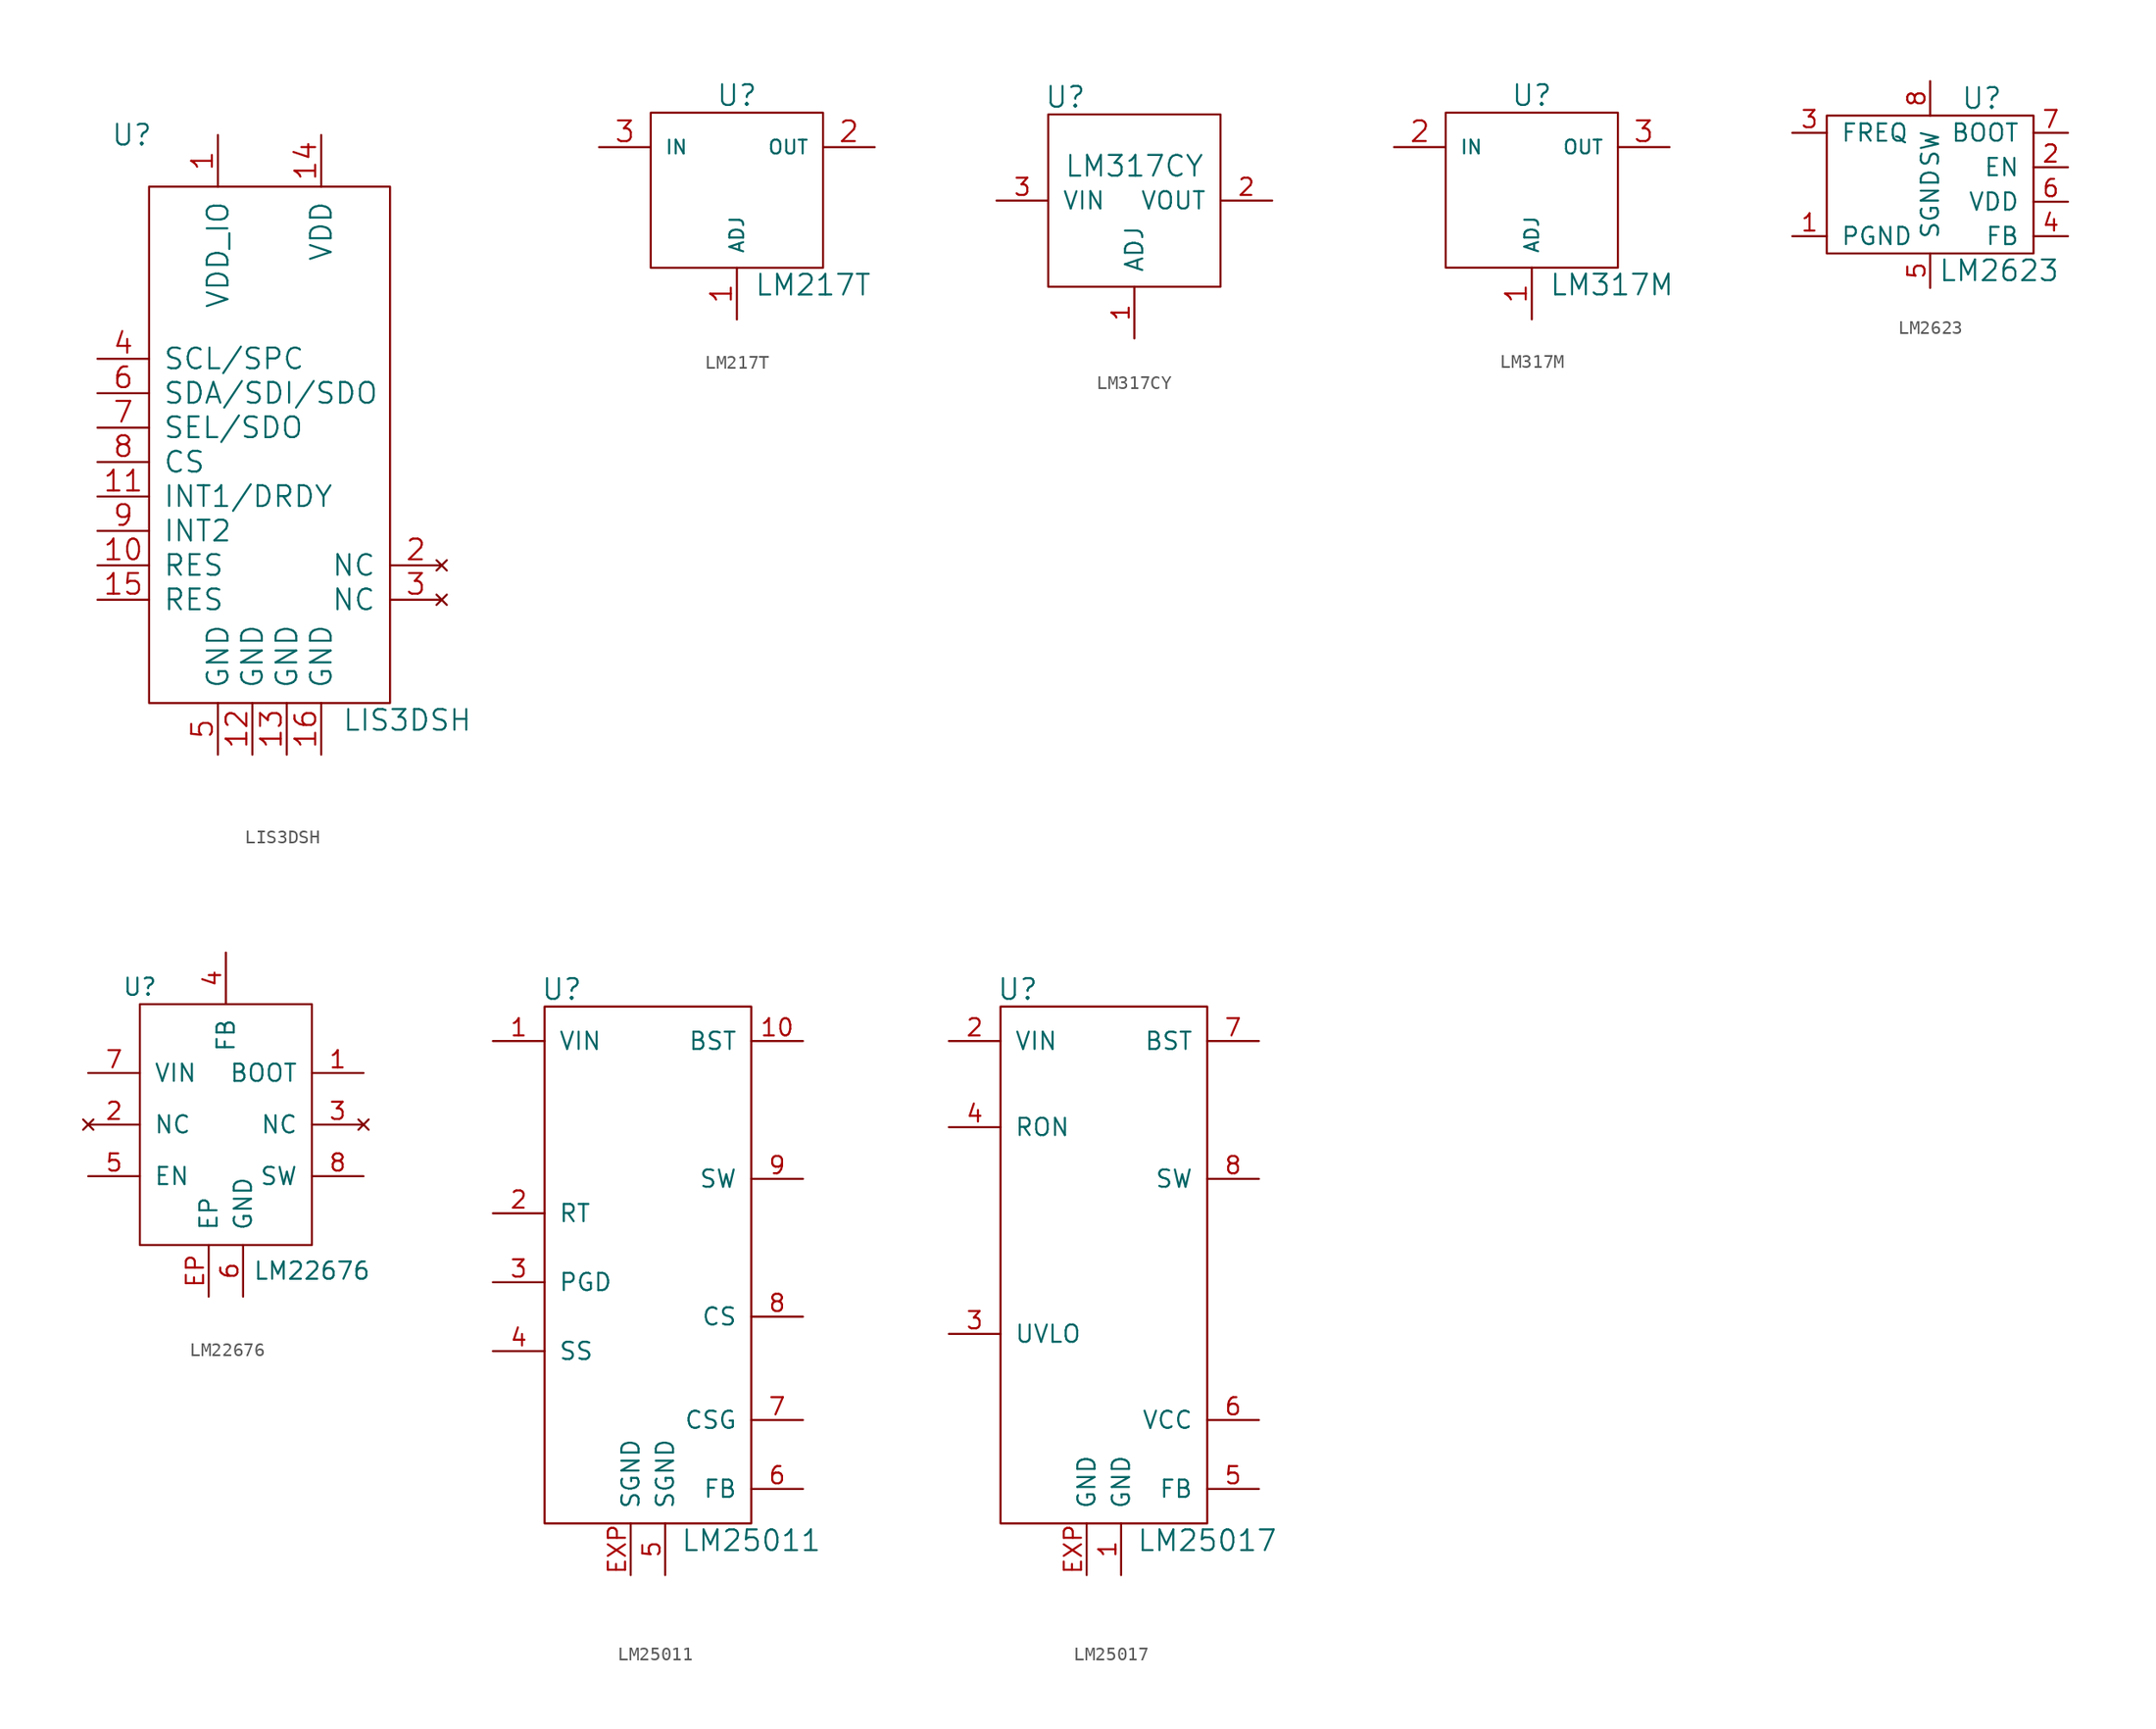
<source format=kicad_sym>
(kicad_symbol_lib
  (version 20211014)
  (generator kicad_symbol_editor)
  (symbol "LIS3DSH"
    (pin_names
      (offset 1.016))
    (property "Reference" "U"
      (at -10.16 22.86 0)
      (effects (font (size 1.524 1.524))))
    (property "Value" "LIS3DSH"
      (at 10.16 -20.32 0)
      (effects (font (size 1.524 1.524))))
    (property "Footprint" ""
      (at -1.27 -3.81 0)
      (effects (font (size 1.524 1.524))))
    (property "Datasheet" ""
      (at -1.27 -3.81 0)
      (effects (font (size 1.524 1.524))))
    (symbol "LIS3DSH_0_1"
      (rectangle (start -8.89 19.05) (end 8.89 -19.05) (stroke (width 0) (type default) (color 0 0 0 0)) (fill (type none))))
    (symbol "LIS3DSH_1_1"
      (pin input line (at -3.81 22.86 270) (length 3.81) (name "VDD_IO" (effects (font (size 1.524 1.524)))) (number "1" (effects (font (size 1.524 1.524)))))
      (pin passive line (at -12.7 -8.89 0) (length 3.81) (name "RES" (effects (font (size 1.524 1.524)))) (number "10" (effects (font (size 1.524 1.524)))))
      (pin passive line (at -12.7 -3.81 0) (length 3.81) (name "INT1/DRDY" (effects (font (size 1.524 1.524)))) (number "11" (effects (font (size 1.524 1.524)))))
      (pin passive line (at -1.27 -22.86 90) (length 3.81) (name "GND" (effects (font (size 1.524 1.524)))) (number "12" (effects (font (size 1.524 1.524)))))
      (pin passive line (at 1.27 -22.86 90) (length 3.81) (name "GND" (effects (font (size 1.524 1.524)))) (number "13" (effects (font (size 1.524 1.524)))))
      (pin passive line (at 3.81 22.86 270) (length 3.81) (name "VDD" (effects (font (size 1.524 1.524)))) (number "14" (effects (font (size 1.524 1.524)))))
      (pin passive line (at -12.7 -11.43 0) (length 3.81) (name "RES" (effects (font (size 1.524 1.524)))) (number "15" (effects (font (size 1.524 1.524)))))
      (pin passive line (at 3.81 -22.86 90) (length 3.81) (name "GND" (effects (font (size 1.524 1.524)))) (number "16" (effects (font (size 1.524 1.524)))))
      (pin no_connect line (at 12.7 -8.89 180) (length 3.81) (name "NC" (effects (font (size 1.524 1.524)))) (number "2" (effects (font (size 1.524 1.524)))))
      (pin no_connect line (at 12.7 -11.43 180) (length 3.81) (name "NC" (effects (font (size 1.524 1.524)))) (number "3" (effects (font (size 1.524 1.524)))))
      (pin passive line (at -12.7 6.35 0) (length 3.81) (name "SCL/SPC" (effects (font (size 1.524 1.524)))) (number "4" (effects (font (size 1.524 1.524)))))
      (pin passive line (at -3.81 -22.86 90) (length 3.81) (name "GND" (effects (font (size 1.524 1.524)))) (number "5" (effects (font (size 1.524 1.524)))))
      (pin passive line (at -12.7 3.81 0) (length 3.81) (name "SDA/SDI/SDO" (effects (font (size 1.524 1.524)))) (number "6" (effects (font (size 1.524 1.524)))))
      (pin passive line (at -12.7 1.27 0) (length 3.81) (name "SEL/SDO" (effects (font (size 1.524 1.524)))) (number "7" (effects (font (size 1.524 1.524)))))
      (pin passive line (at -12.7 -1.27 0) (length 3.81) (name "CS" (effects (font (size 1.524 1.524)))) (number "8" (effects (font (size 1.524 1.524)))))
      (pin passive line (at -12.7 -6.35 0) (length 3.81) (name "INT2" (effects (font (size 1.524 1.524)))) (number "9" (effects (font (size 1.524 1.524)))))))
  (symbol "LM217T"
    (pin_names
      (offset 1.016))
    (property "Reference" "U"
      (at 0 7.62 0)
      (effects (font (size 1.524 1.524))))
    (property "Value" "LM217T"
      (at 1.27 -6.35 0)
      (effects (font (size 1.524 1.524)) (justify left)))
    (property "Footprint" ""
      (at 0 0 0)
      (effects (font (size 1.524 1.524))))
    (property "Datasheet" ""
      (at 0 0 0)
      (effects (font (size 1.524 1.524))))
    (symbol "LM217T_0_1"
      (rectangle (start -6.35 6.35) (end 6.35 -5.08) (stroke (width 0) (type default) (color 0 0 0 0)) (fill (type none))))
    (symbol "LM217T_1_1"
      (pin input line (at 0 -8.89 90) (length 3.81) (name "ADJ" (effects (font (size 1.016 1.016)))) (number "1" (effects (font (size 1.524 1.524)))))
      (pin power_out line (at 10.16 3.81 180) (length 3.81) (name "OUT" (effects (font (size 1.016 1.016)))) (number "2" (effects (font (size 1.524 1.524)))))
      (pin input line (at -10.16 3.81 0) (length 3.81) (name "IN" (effects (font (size 1.016 1.016)))) (number "3" (effects (font (size 1.524 1.524)))))))
  (symbol "LM317CY"
    (pin_names
      (offset 1.016))
    (property "Reference" "U"
      (at -5.08 12.7 0)
      (effects (font (size 1.524 1.524))))
    (property "Value" "LM317CY"
      (at 0 7.62 0)
      (effects (font (size 1.524 1.524))))
    (property "Footprint" ""
      (at 0 0 0)
      (effects (font (size 1.524 1.524))))
    (property "Datasheet" ""
      (at 0 0 0)
      (effects (font (size 1.524 1.524))))
    (symbol "LM317CY_0_1"
      (rectangle (start -6.35 11.43) (end 6.35 -1.27) (stroke (width 0) (type default) (color 0 0 0 0)) (fill (type none))))
    (symbol "LM317CY_1_1"
      (pin passive line (at 0 -5.08 90) (length 3.81) (name "ADJ" (effects (font (size 1.27 1.27)))) (number "1" (effects (font (size 1.27 1.27)))))
      (pin output line (at 10.16 5.08 180) (length 3.81) (name "VOUT" (effects (font (size 1.27 1.27)))) (number "2" (effects (font (size 1.27 1.27)))))
      (pin input line (at -10.16 5.08 0) (length 3.81) (name "VIN" (effects (font (size 1.27 1.27)))) (number "3" (effects (font (size 1.27 1.27)))))))
  (symbol "LM317M"
    (pin_names
      (offset 1.016))
    (property "Reference" "U"
      (at 0 7.62 0)
      (effects (font (size 1.524 1.524))))
    (property "Value" "LM317M"
      (at 1.27 -6.35 0)
      (effects (font (size 1.524 1.524)) (justify left)))
    (property "Footprint" ""
      (at 0 0 0)
      (effects (font (size 1.524 1.524))))
    (property "Datasheet" ""
      (at 0 0 0)
      (effects (font (size 1.524 1.524))))
    (symbol "LM317M_0_1"
      (rectangle (start -6.35 6.35) (end 6.35 -5.08) (stroke (width 0) (type default) (color 0 0 0 0)) (fill (type none))))
    (symbol "LM317M_1_1"
      (pin input line (at 0 -8.89 90) (length 3.81) (name "ADJ" (effects (font (size 1.016 1.016)))) (number "1" (effects (font (size 1.524 1.524)))))
      (pin input line (at -10.16 3.81 0) (length 3.81) (name "IN" (effects (font (size 1.016 1.016)))) (number "2" (effects (font (size 1.524 1.524)))))
      (pin power_out line (at 10.16 3.81 180) (length 3.81) (name "OUT" (effects (font (size 1.016 1.016)))) (number "3" (effects (font (size 1.524 1.524)))))))
  (symbol "LM2623"
    (pin_names
      (offset 1.016))
    (property "Reference" "U"
      (at 3.81 6.35 0)
      (effects (font (size 1.524 1.524))))
    (property "Value" "LM2623"
      (at 5.08 -6.35 0)
      (effects (font (size 1.524 1.524))))
    (property "Footprint" ""
      (at 0 0 0)
      (effects (font (size 1.524 1.524))))
    (property "Datasheet" ""
      (at 0 0 0)
      (effects (font (size 1.524 1.524))))
    (symbol "LM2623_0_1"
      (rectangle (start -7.62 5.08) (end 7.62 -5.08) (stroke (width 0) (type default) (color 0 0 0 0)) (fill (type none))))
    (symbol "LM2623_1_1"
      (pin input line (at -10.16 -3.81 0) (length 2.54) (name "PGND" (effects (font (size 1.27 1.27)))) (number "1" (effects (font (size 1.27 1.27)))))
      (pin input line (at 10.16 1.27 180) (length 2.54) (name "EN" (effects (font (size 1.27 1.27)))) (number "2" (effects (font (size 1.27 1.27)))))
      (pin input line (at -10.16 3.81 0) (length 2.54) (name "FREQ" (effects (font (size 1.27 1.27)))) (number "3" (effects (font (size 1.27 1.27)))))
      (pin input line (at 10.16 -3.81 180) (length 2.54) (name "FB" (effects (font (size 1.27 1.27)))) (number "4" (effects (font (size 1.27 1.27)))))
      (pin input line (at 0 -7.62 90) (length 2.54) (name "SGND" (effects (font (size 1.27 1.27)))) (number "5" (effects (font (size 1.27 1.27)))))
      (pin input line (at 10.16 -1.27 180) (length 2.54) (name "VDD" (effects (font (size 1.27 1.27)))) (number "6" (effects (font (size 1.27 1.27)))))
      (pin input line (at 10.16 3.81 180) (length 2.54) (name "BOOT" (effects (font (size 1.27 1.27)))) (number "7" (effects (font (size 1.27 1.27)))))
      (pin input line (at 0 7.62 270) (length 2.54) (name "SW" (effects (font (size 1.27 1.27)))) (number "8" (effects (font (size 1.27 1.27)))))))
  (symbol "LM22676"
    (pin_names
      (offset 1.016))
    (property "Reference" "U"
      (at -6.35 10.16 0)
      (effects (font (size 1.27 1.27))))
    (property "Value" "LM22676"
      (at 6.35 -10.795 0)
      (effects (font (size 1.27 1.27))))
    (symbol "LM22676_0_1"
      (rectangle (start -6.35 8.89) (end 6.35 -8.89) (stroke (width 0) (type default) (color 0 0 0 0)) (fill (type none))))
    (symbol "LM22676_1_1"
      (pin passive line (at 10.16 3.81 180) (length 3.81) (name "BOOT" (effects (font (size 1.27 1.27)))) (number "1" (effects (font (size 1.27 1.27)))))
      (pin no_connect line (at -10.16 0 0) (length 3.81) (name "NC" (effects (font (size 1.27 1.27)))) (number "2" (effects (font (size 1.27 1.27)))))
      (pin no_connect line (at 10.16 0 180) (length 3.81) (name "NC" (effects (font (size 1.27 1.27)))) (number "3" (effects (font (size 1.27 1.27)))))
      (pin passive line (at 0 12.7 270) (length 3.81) (name "FB" (effects (font (size 1.27 1.27)))) (number "4" (effects (font (size 1.27 1.27)))))
      (pin passive line (at -10.16 -3.81 0) (length 3.81) (name "EN" (effects (font (size 1.27 1.27)))) (number "5" (effects (font (size 1.27 1.27)))))
      (pin passive line (at 1.27 -12.7 90) (length 3.81) (name "GND" (effects (font (size 1.27 1.27)))) (number "6" (effects (font (size 1.27 1.27)))))
      (pin passive line (at -10.16 3.81 0) (length 3.81) (name "VIN" (effects (font (size 1.27 1.27)))) (number "7" (effects (font (size 1.27 1.27)))))
      (pin passive line (at 10.16 -3.81 180) (length 3.81) (name "SW" (effects (font (size 1.27 1.27)))) (number "8" (effects (font (size 1.27 1.27)))))
      (pin passive line (at -1.27 -12.7 90) (length 3.81) (name "EP" (effects (font (size 1.27 1.27)))) (number "EP" (effects (font (size 1.27 1.27)))))))
  (symbol "LM25011"
    (pin_names
      (offset 1.016))
    (property "Reference" "U"
      (at -6.35 20.32 0)
      (effects (font (size 1.524 1.524))))
    (property "Value" "LM25011"
      (at 7.62 -20.32 0)
      (effects (font (size 1.524 1.524))))
    (property "Footprint" ""
      (at 1.27 2.54 0)
      (effects (font (size 1.524 1.524))))
    (property "Datasheet" ""
      (at 1.27 2.54 0)
      (effects (font (size 1.524 1.524))))
    (symbol "LM25011_0_1"
      (rectangle (start -7.62 19.05) (end 7.62 -19.05) (stroke (width 0) (type default) (color 0 0 0 0)) (fill (type none))))
    (symbol "LM25011_1_1"
      (pin passive line (at -11.43 16.51 0) (length 3.81) (name "VIN" (effects (font (size 1.27 1.27)))) (number "1" (effects (font (size 1.27 1.27)))))
      (pin passive line (at 11.43 16.51 180) (length 3.81) (name "BST" (effects (font (size 1.27 1.27)))) (number "10" (effects (font (size 1.27 1.27)))))
      (pin passive line (at -11.43 3.81 0) (length 3.81) (name "RT" (effects (font (size 1.27 1.27)))) (number "2" (effects (font (size 1.27 1.27)))))
      (pin passive line (at -11.43 -1.27 0) (length 3.81) (name "PGD" (effects (font (size 1.27 1.27)))) (number "3" (effects (font (size 1.27 1.27)))))
      (pin passive line (at -11.43 -6.35 0) (length 3.81) (name "SS" (effects (font (size 1.27 1.27)))) (number "4" (effects (font (size 1.27 1.27)))))
      (pin passive line (at 1.27 -22.86 90) (length 3.81) (name "SGND" (effects (font (size 1.27 1.27)))) (number "5" (effects (font (size 1.27 1.27)))))
      (pin passive line (at 11.43 -16.51 180) (length 3.81) (name "FB" (effects (font (size 1.27 1.27)))) (number "6" (effects (font (size 1.27 1.27)))))
      (pin passive line (at 11.43 -11.43 180) (length 3.81) (name "CSG" (effects (font (size 1.27 1.27)))) (number "7" (effects (font (size 1.27 1.27)))))
      (pin passive line (at 11.43 -3.81 180) (length 3.81) (name "CS" (effects (font (size 1.27 1.27)))) (number "8" (effects (font (size 1.27 1.27)))))
      (pin passive line (at 11.43 6.35 180) (length 3.81) (name "SW" (effects (font (size 1.27 1.27)))) (number "9" (effects (font (size 1.27 1.27)))))
      (pin passive line (at -1.27 -22.86 90) (length 3.81) (name "SGND" (effects (font (size 1.27 1.27)))) (number "EXP" (effects (font (size 1.27 1.27)))))))
  (symbol "LM25017"
    (pin_names
      (offset 1.016))
    (property "Reference" "U"
      (at -6.35 20.32 0)
      (effects (font (size 1.524 1.524))))
    (property "Value" "LM25017"
      (at 7.62 -20.32 0)
      (effects (font (size 1.524 1.524))))
    (property "Footprint" ""
      (at 1.27 2.54 0)
      (effects (font (size 1.524 1.524))))
    (property "Datasheet" ""
      (at 1.27 2.54 0)
      (effects (font (size 1.524 1.524))))
    (symbol "LM25017_0_1"
      (rectangle (start -7.62 19.05) (end 7.62 -19.05) (stroke (width 0) (type default) (color 0 0 0 0)) (fill (type none))))
    (symbol "LM25017_1_1"
      (pin passive line (at 1.27 -22.86 90) (length 3.81) (name "GND" (effects (font (size 1.27 1.27)))) (number "1" (effects (font (size 1.27 1.27)))))
      (pin passive line (at -11.43 16.51 0) (length 3.81) (name "VIN" (effects (font (size 1.27 1.27)))) (number "2" (effects (font (size 1.27 1.27)))))
      (pin passive line (at -11.43 -5.08 0) (length 3.81) (name "UVLO" (effects (font (size 1.27 1.27)))) (number "3" (effects (font (size 1.27 1.27)))))
      (pin passive line (at -11.43 10.16 0) (length 3.81) (name "RON" (effects (font (size 1.27 1.27)))) (number "4" (effects (font (size 1.27 1.27)))))
      (pin passive line (at 11.43 -16.51 180) (length 3.81) (name "FB" (effects (font (size 1.27 1.27)))) (number "5" (effects (font (size 1.27 1.27)))))
      (pin passive line (at 11.43 -11.43 180) (length 3.81) (name "VCC" (effects (font (size 1.27 1.27)))) (number "6" (effects (font (size 1.27 1.27)))))
      (pin passive line (at 11.43 16.51 180) (length 3.81) (name "BST" (effects (font (size 1.27 1.27)))) (number "7" (effects (font (size 1.27 1.27)))))
      (pin passive line (at 11.43 6.35 180) (length 3.81) (name "SW" (effects (font (size 1.27 1.27)))) (number "8" (effects (font (size 1.27 1.27)))))
      (pin passive line (at -1.27 -22.86 90) (length 3.81) (name "GND" (effects (font (size 1.27 1.27)))) (number "EXP" (effects (font (size 1.27 1.27))))))))
</source>
